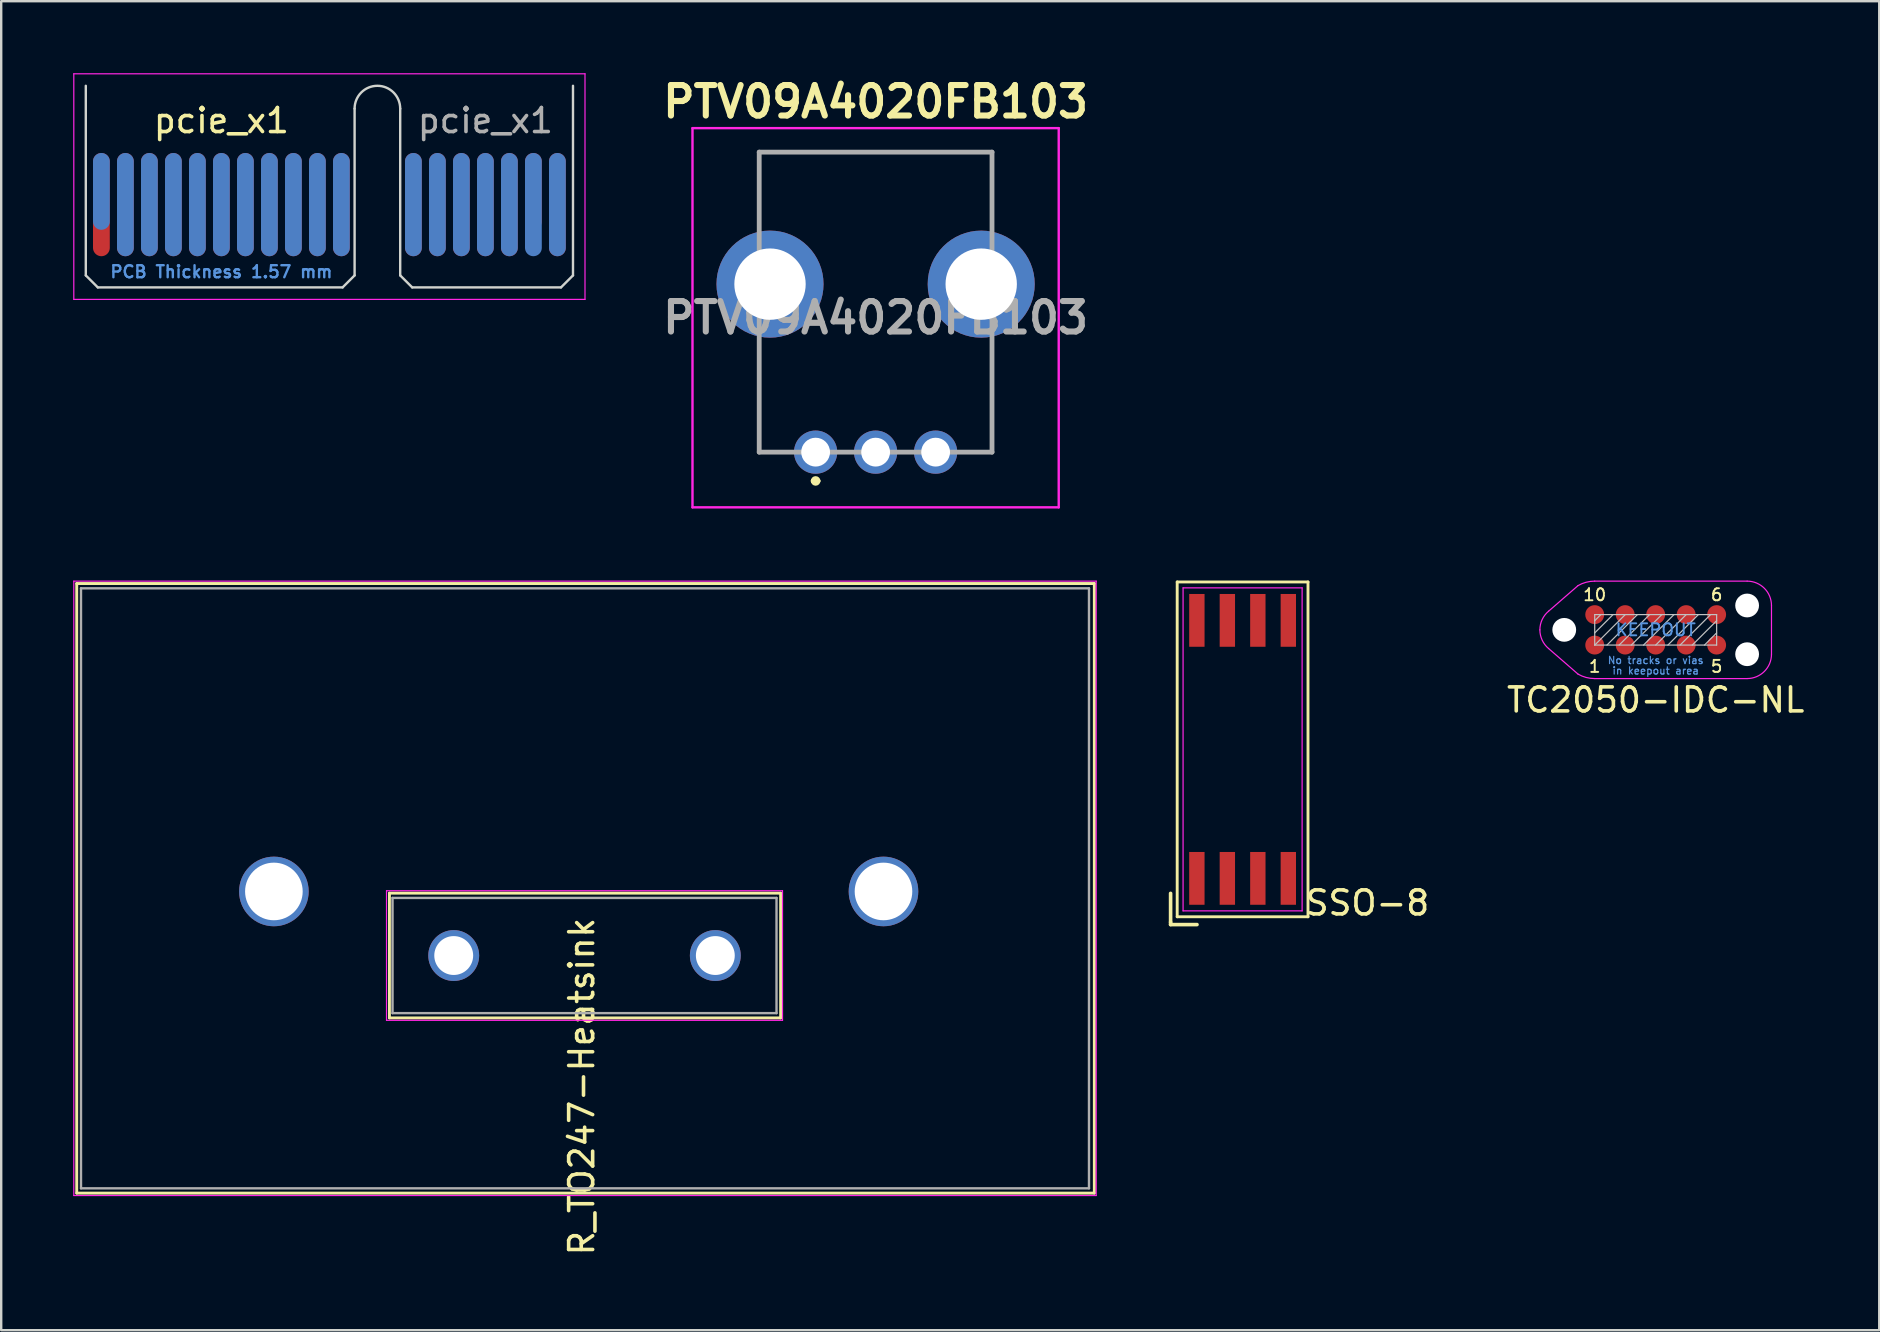
<source format=kicad_pcb>
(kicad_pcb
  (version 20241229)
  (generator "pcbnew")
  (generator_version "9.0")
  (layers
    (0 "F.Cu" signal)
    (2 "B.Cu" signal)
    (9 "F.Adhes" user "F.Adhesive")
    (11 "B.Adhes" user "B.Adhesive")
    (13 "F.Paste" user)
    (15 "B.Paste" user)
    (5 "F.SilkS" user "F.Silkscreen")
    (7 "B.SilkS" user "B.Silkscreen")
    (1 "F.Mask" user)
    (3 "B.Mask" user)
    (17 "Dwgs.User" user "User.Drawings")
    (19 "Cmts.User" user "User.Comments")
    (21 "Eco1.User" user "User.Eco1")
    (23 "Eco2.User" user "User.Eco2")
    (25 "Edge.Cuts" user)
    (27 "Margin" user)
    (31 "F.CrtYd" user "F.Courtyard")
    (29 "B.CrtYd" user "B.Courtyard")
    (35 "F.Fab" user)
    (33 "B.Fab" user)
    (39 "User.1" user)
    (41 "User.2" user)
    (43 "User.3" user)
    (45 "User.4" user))
  (footprint "SSO-8"
    (layer "F.Cu")
    (at 48.725 28.174)
    (property "Reference" "SSO-8" (at 5.2 6.4 180) (layer "F.SilkS") (effects (font (size 1 1) (thickness 0.15))))
    (attr smd)
    (fp_line (start -3 6) (end -3 7.2) (stroke (width 0.15) (type solid)) (layer "F.SilkS"))
    (fp_line (start -3 7.2) (end -3 7.3) (stroke (width 0.15) (type solid)) (layer "F.SilkS"))
    (fp_line (start -3 7.3) (end -1.9 7.3) (stroke (width 0.15) (type solid)) (layer "F.SilkS"))
    (fp_line (start -2.725 -6.975) (end 2.725 -6.975) (stroke (width 0.12) (type solid)) (layer "F.SilkS"))
    (fp_line (start -2.725 6.975) (end -2.725 -6.975) (stroke (width 0.12) (type solid)) (layer "F.SilkS"))
    (fp_line (start 2.725 -6.975) (end 2.725 6.975) (stroke (width 0.12) (type solid)) (layer "F.SilkS"))
    (fp_line (start 2.725 6.975) (end -2.725 6.975) (stroke (width 0.12) (type solid)) (layer "F.SilkS"))
    (fp_line (start -2.48 -6.73) (end 2.48 -6.73) (stroke (width 0.05) (type solid)) (layer "F.CrtYd"))
    (fp_line (start -2.48 6.73) (end -2.48 -6.73) (stroke (width 0.05) (type solid)) (layer "F.CrtYd"))
    (fp_line (start 2.48 -6.73) (end 2.48 6.73) (stroke (width 0.05) (type solid)) (layer "F.CrtYd"))
    (fp_line (start 2.48 6.73) (end -2.48 6.73) (stroke (width 0.05) (type solid)) (layer "F.CrtYd"))
    (pad "1" smd rect (at -1.905 5.375) (size 0.64 2.2) (layers "F.Cu" "F.Mask" "F.Paste"))
    (pad "2" smd rect (at -0.635 5.375) (size 0.64 2.2) (layers "F.Cu" "F.Mask" "F.Paste"))
    (pad "3" smd rect (at 0.635 5.375) (size 0.64 2.2) (layers "F.Cu" "F.Mask" "F.Paste"))
    (pad "4" smd rect (at 1.905 5.375) (size 0.64 2.2) (layers "F.Cu" "F.Mask" "F.Paste"))
    (pad "5" smd rect (at 1.905 -5.375) (size 0.64 2.2) (layers "F.Cu" "F.Mask" "F.Paste"))
    (pad "6" smd rect (at 0.635 -5.375) (size 0.64 2.2) (layers "F.Cu" "F.Mask" "F.Paste"))
    (pad "7" smd rect (at -0.635 -5.375) (size 0.64 2.2) (layers "F.Cu" "F.Mask" "F.Paste"))
    (pad "8" smd rect (at -1.905 -5.375) (size 0.64 2.2) (layers "F.Cu" "F.Mask" "F.Paste")))
  (footprint "R_TO247-Heatsink"
    (layer "F.Cu")
    (at 15.855 36.764)
    (property "Reference" "R_TO247-Heatsink" (at 5.334 5.461 270) (layer "F.SilkS") (effects (font (size 1 1) (thickness 0.15))))
    (attr through_hole)
    (fp_line (start -15.708 -15.5) (end -15.708 9.9) (stroke (width 0.12) (type solid)) (layer "F.SilkS"))
    (fp_line (start -2.678 2.6) (end -2.678 -2.6) (stroke (width 0.12) (type solid)) (layer "F.SilkS"))
    (fp_line (start 13.622 -2.6) (end -2.678 -2.6) (stroke (width 0.12) (type solid)) (layer "F.SilkS"))
    (fp_line (start 13.622 2.6) (end -2.678 2.6) (stroke (width 0.12) (type solid)) (layer "F.SilkS"))
    (fp_line (start 13.622 2.6) (end 13.622 -2.6) (stroke (width 0.12) (type solid)) (layer "F.SilkS"))
    (fp_line (start 26.692 -15.5) (end -15.708 -15.5) (stroke (width 0.12) (type solid)) (layer "F.SilkS"))
    (fp_line (start 26.692 -15.5) (end 26.692 9.9) (stroke (width 0.12) (type solid)) (layer "F.SilkS"))
    (fp_line (start 26.692 9.9) (end -15.708 9.9) (stroke (width 0.12) (type solid)) (layer "F.SilkS"))
    (fp_line (start -15.83 -15.6) (end -15.83 10) (stroke (width 0.05) (type solid)) (layer "F.CrtYd"))
    (fp_line (start -15.83 -15.6) (end 26.77 -15.6) (stroke (width 0.05) (type solid)) (layer "F.CrtYd"))
    (fp_line (start -15.83 10) (end 26.77 10) (stroke (width 0.05) (type solid)) (layer "F.CrtYd"))
    (fp_line (start -2.8 -2.7) (end -2.8 2.7) (stroke (width 0.05) (type solid)) (layer "F.CrtYd"))
    (fp_line (start -2.8 -2.7) (end 13.7 -2.7) (stroke (width 0.05) (type solid)) (layer "F.CrtYd"))
    (fp_line (start 13.7 2.7) (end -2.8 2.7) (stroke (width 0.05) (type solid)) (layer "F.CrtYd"))
    (fp_line (start 13.7 2.7) (end 13.7 -2.7) (stroke (width 0.05) (type solid)) (layer "F.CrtYd"))
    (fp_line (start 26.77 10) (end 26.77 -15.6) (stroke (width 0.05) (type solid)) (layer "F.CrtYd"))
    (fp_line (start -15.53 -15.3) (end 26.47 -15.3) (stroke (width 0.1) (type solid)) (layer "F.Fab"))
    (fp_line (start -15.53 9.7) (end -15.53 -15.3) (stroke (width 0.1) (type solid)) (layer "F.Fab"))
    (fp_line (start -15.53 9.7) (end 26.47 9.7) (stroke (width 0.1) (type solid)) (layer "F.Fab"))
    (fp_line (start -2.55 -2.4) (end 13.45 -2.4) (stroke (width 0.1) (type solid)) (layer "F.Fab"))
    (fp_line (start -2.55 2.4) (end -2.55 -2.4) (stroke (width 0.1) (type solid)) (layer "F.Fab"))
    (fp_line (start -2.55 2.4) (end 13.45 2.4) (stroke (width 0.1) (type solid)) (layer "F.Fab"))
    (fp_line (start 13.45 2.4) (end 13.45 -2.4) (stroke (width 0.1) (type solid)) (layer "F.Fab"))
    (fp_line (start 26.47 9.7) (end 26.47 -15.3) (stroke (width 0.1) (type solid)) (layer "F.Fab"))
    (pad "1" thru_hole circle (at 0 0) (size 2.12 2.12) (drill 1.62) (layers "*.Cu" "*.Mask"))
    (pad "2" thru_hole circle (at 10.9 0) (size 2.12 2.12) (drill 1.62) (layers "*.Cu" "*.Mask"))
    (pad "4" thru_hole circle (at -7.493 -2.67) (size 2.9 2.9) (drill 2.4) (layers "*.Cu" "*.Mask"))
    (pad "5" thru_hole circle (at 17.907 -2.67) (size 2.9 2.9) (drill 2.4) (layers "*.Cu" "*.Mask")))
  (footprint "pcie_x1"
    (layer "F.Cu")
    (at 1.175 5.475)
    (property "Reference" "pcie_x1" (at 5 -3.5 0) (layer "F.SilkS") (effects (font (size 1 1) (thickness 0.15))))
    (attr exclude_from_pos_files exclude_from_bom)
    (fp_line (start -0.65 -4.95) (end -0.65 2.95) (stroke (width 0.1) (type solid)) (layer "Edge.Cuts"))
    (fp_line (start -0.65 2.95) (end -0.15 3.45) (stroke (width 0.1) (type solid)) (layer "Edge.Cuts"))
    (fp_line (start -0.15 3.45) (end 10.05 3.45) (stroke (width 0.1) (type solid)) (layer "Edge.Cuts"))
    (fp_line (start 10.55 -4) (end 10.55 2.95) (stroke (width 0.1) (type solid)) (layer "Edge.Cuts"))
    (fp_line (start 10.55 2.95) (end 10.05 3.45) (stroke (width 0.1) (type solid)) (layer "Edge.Cuts"))
    (fp_line (start 12.45 -4) (end 12.45 2.95) (stroke (width 0.1) (type solid)) (layer "Edge.Cuts"))
    (fp_line (start 12.45 2.95) (end 12.95 3.45) (stroke (width 0.1) (type solid)) (layer "Edge.Cuts"))
    (fp_line (start 12.95 3.45) (end 19.15 3.45) (stroke (width 0.1) (type solid)) (layer "Edge.Cuts"))
    (fp_line (start 19.65 -4.95) (end 19.65 2.95) (stroke (width 0.1) (type solid)) (layer "Edge.Cuts"))
    (fp_line (start 19.65 2.95) (end 19.15 3.45) (stroke (width 0.1) (type solid)) (layer "Edge.Cuts"))
    (fp_arc (start 10.55 -4) (mid 11.5 -4.95) (end 12.45 -4) (stroke (width 0.1) (type solid)) (layer "Edge.Cuts"))
    (fp_line (start -1.15 -5.45) (end -1.15 3.95) (stroke (width 0.05) (type solid)) (layer "F.CrtYd"))
    (fp_line (start -1.15 -5.45) (end 20.15 -5.45) (stroke (width 0.05) (type solid)) (layer "F.CrtYd"))
    (fp_line (start 20.15 3.95) (end -1.15 3.95) (stroke (width 0.05) (type solid)) (layer "F.CrtYd"))
    (fp_line (start 20.15 3.95) (end 20.15 -5.45) (stroke (width 0.05) (type solid)) (layer "F.CrtYd"))
    (fp_text user "PCB Thickness 1.57 mm" (at 5 2.8 180) (layer "Cmts.User") (effects (font (size 0.5 0.5) (thickness 0.1))))
    (fp_text user "${REFERENCE}" (at 16 -3.5 0) (layer "F.Fab") (effects (font (size 1 1) (thickness 0.15))))
    (pad "A1" connect oval (at 0 -0.55) (size 0.7 3.2) (layers "B.Cu" "B.Mask"))
    (pad "A2" connect oval (at 1 0) (size 0.7 4.3) (layers "B.Cu" "B.Mask"))
    (pad "A3" connect oval (at 2 0) (size 0.7 4.3) (layers "B.Cu" "B.Mask"))
    (pad "A4" connect oval (at 3 0) (size 0.7 4.3) (layers "B.Cu" "B.Mask"))
    (pad "A5" connect oval (at 4 0) (size 0.7 4.3) (layers "B.Cu" "B.Mask"))
    (pad "A6" connect oval (at 5 0) (size 0.7 4.3) (layers "B.Cu" "B.Mask"))
    (pad "A7" connect oval (at 6 0) (size 0.7 4.3) (layers "B.Cu" "B.Mask"))
    (pad "A8" connect oval (at 7 0) (size 0.7 4.3) (layers "B.Cu" "B.Mask"))
    (pad "A9" connect oval (at 8 0) (size 0.7 4.3) (layers "B.Cu" "B.Mask"))
    (pad "A10" connect oval (at 9 0) (size 0.7 4.3) (layers "B.Cu" "B.Mask"))
    (pad "A11" connect oval (at 10 0) (size 0.7 4.3) (layers "B.Cu" "B.Mask"))
    (pad "A12" connect oval (at 13 0) (size 0.7 4.3) (layers "B.Cu" "B.Mask"))
    (pad "A13" connect oval (at 14 0) (size 0.7 4.3) (layers "B.Cu" "B.Mask"))
    (pad "A14" connect oval (at 15 0) (size 0.7 4.3) (layers "B.Cu" "B.Mask"))
    (pad "A15" connect oval (at 16 0) (size 0.7 4.3) (layers "B.Cu" "B.Mask"))
    (pad "A16" connect oval (at 17 0) (size 0.7 4.3) (layers "B.Cu" "B.Mask"))
    (pad "A17" connect oval (at 18 0) (size 0.7 4.3) (layers "B.Cu" "B.Mask"))
    (pad "A18" connect oval (at 19 0) (size 0.7 4.3) (layers "B.Cu" "B.Mask"))
    (pad "B1" connect oval (at 0 0) (size 0.7 4.3) (layers "F.Cu" "F.Mask"))
    (pad "B2" connect oval (at 1 0) (size 0.7 4.3) (layers "F.Cu" "F.Mask"))
    (pad "B3" connect oval (at 2 0) (size 0.7 4.3) (layers "F.Cu" "F.Mask"))
    (pad "B4" connect oval (at 3 0) (size 0.7 4.3) (layers "F.Cu" "F.Mask"))
    (pad "B5" connect oval (at 4 0) (size 0.7 4.3) (layers "F.Cu" "F.Mask"))
    (pad "B6" connect oval (at 5 0) (size 0.7 4.3) (layers "F.Cu" "F.Mask"))
    (pad "B7" connect oval (at 6 0) (size 0.7 4.3) (layers "F.Cu" "F.Mask"))
    (pad "B8" connect oval (at 7 0) (size 0.7 4.3) (layers "F.Cu" "F.Mask"))
    (pad "B9" connect oval (at 8 0) (size 0.7 4.3) (layers "F.Cu" "F.Mask"))
    (pad "B10" connect oval (at 9 0) (size 0.7 4.3) (layers "F.Cu" "F.Mask"))
    (pad "B11" connect oval (at 10 0) (size 0.7 4.3) (layers "F.Cu" "F.Mask"))
    (pad "B12" connect oval (at 13 0) (size 0.7 4.3) (layers "F.Cu" "F.Mask"))
    (pad "B13" connect oval (at 14 0) (size 0.7 4.3) (layers "F.Cu" "F.Mask"))
    (pad "B14" connect oval (at 15 0) (size 0.7 4.3) (layers "F.Cu" "F.Mask"))
    (pad "B15" connect oval (at 16 0) (size 0.7 4.3) (layers "F.Cu" "F.Mask"))
    (pad "B16" connect oval (at 17 0) (size 0.7 4.3) (layers "F.Cu" "F.Mask"))
    (pad "B17" connect oval (at 18 -0.55) (size 0.7 3.2) (layers "F.Cu" "F.Mask"))
    (pad "B18" connect oval (at 19 0) (size 0.7 4.3) (layers "F.Cu" "F.Mask")))
  (footprint "PTV09A4020FB103"
    (layer "F.Cu")
    (at 33.434 10.189)
    (property "Reference" "PTV09A4020FB103" (at 0 -9 0) (layer "F.SilkS") (effects (font (size 1.27 1.27) (thickness 0.254))))
    (attr through_hole)
    (fp_line (start -4.85 -6.9) (end 4.85 -6.9) (stroke (width 0.1) (type solid)) (layer "F.SilkS"))
    (fp_line (start -4.85 -3.9) (end -4.85 -6.9) (stroke (width 0.1) (type solid)) (layer "F.SilkS"))
    (fp_line (start -4.85 1.1) (end -4.85 5.6) (stroke (width 0.1) (type solid)) (layer "F.SilkS"))
    (fp_line (start -4.85 5.6) (end -4 5.6) (stroke (width 0.1) (type solid)) (layer "F.SilkS"))
    (fp_line (start -2.6 6.8) (end -2.6 6.8) (stroke (width 0.2) (type solid)) (layer "F.SilkS"))
    (fp_line (start -2.4 6.8) (end -2.4 6.8) (stroke (width 0.2) (type solid)) (layer "F.SilkS"))
    (fp_line (start 4 5.6) (end 4.85 5.6) (stroke (width 0.1) (type solid)) (layer "F.SilkS"))
    (fp_line (start 4.85 -6.9) (end 4.85 -3.9) (stroke (width 0.1) (type solid)) (layer "F.SilkS"))
    (fp_line (start 4.85 5.6) (end 4.85 1.1) (stroke (width 0.1) (type solid)) (layer "F.SilkS"))
    (fp_arc (start -2.6 6.8) (mid -2.5 6.7) (end -2.4 6.8) (stroke (width 0.2) (type solid)) (layer "F.SilkS"))
    (fp_arc (start -2.4 6.8) (mid -2.5 6.9) (end -2.6 6.8) (stroke (width 0.2) (type solid)) (layer "F.SilkS"))
    (fp_line (start -7.63 -7.9) (end 7.63 -7.9) (stroke (width 0.1) (type solid)) (layer "F.CrtYd"))
    (fp_line (start -7.63 7.9) (end -7.63 -7.9) (stroke (width 0.1) (type solid)) (layer "F.CrtYd"))
    (fp_line (start 7.63 -7.9) (end 7.63 7.9) (stroke (width 0.1) (type solid)) (layer "F.CrtYd"))
    (fp_line (start 7.63 7.9) (end -7.63 7.9) (stroke (width 0.1) (type solid)) (layer "F.CrtYd"))
    (fp_line (start -4.85 -6.9) (end 4.85 -6.9) (stroke (width 0.2) (type solid)) (layer "F.Fab"))
    (fp_line (start -4.85 5.6) (end -4.85 -6.9) (stroke (width 0.2) (type solid)) (layer "F.Fab"))
    (fp_line (start 4.85 -6.9) (end 4.85 5.6) (stroke (width 0.2) (type solid)) (layer "F.Fab"))
    (fp_line (start 4.85 5.6) (end -4.85 5.6) (stroke (width 0.2) (type solid)) (layer "F.Fab"))
    (fp_text user "${REFERENCE}" (at 0 0 0) (layer "F.Fab") (effects (font (size 1.27 1.27) (thickness 0.254))))
    (pad "1" thru_hole circle (at -2.5 5.6) (size 1.8 1.8) (drill 1.2) (layers "*.Cu" "*.Mask"))
    (pad "2" thru_hole circle (at 0 5.6) (size 1.8 1.8) (drill 1.2) (layers "*.Cu" "*.Mask"))
    (pad "3" thru_hole circle (at 2.5 5.6) (size 1.8 1.8) (drill 1.2) (layers "*.Cu" "*.Mask"))
    (pad "4" thru_hole circle (at -4.4 -1.4) (size 4.46 4.46) (drill 2.973) (layers "*.Cu" "*.Mask"))
    (pad "5" thru_hole circle (at 4.4 -1.4) (size 4.46 4.46) (drill 2.973) (layers "*.Cu" "*.Mask")))
  (footprint "TC2050-IDC-NL"
    (layer "F.Cu")
    (at 65.937 23.194)
    (property "Reference" "TC2050-IDC-NL" (at 0 2.921 0) (layer "F.SilkS") (effects (font (size 1 1) (thickness 0.15))))
    (attr exclude_from_pos_files exclude_from_bom)
    (fp_line (start -2.54 -0.381) (end -2.286 -0.635) (stroke (width 0.05) (type solid)) (layer "Dwgs.User"))
    (fp_line (start -2.54 0.127) (end -1.778 -0.635) (stroke (width 0.05) (type solid)) (layer "Dwgs.User"))
    (fp_line (start -2.54 0.635) (end -2.54 -0.635) (stroke (width 0.05) (type solid)) (layer "Dwgs.User"))
    (fp_line (start -2.54 0.635) (end -1.27 -0.635) (stroke (width 0.05) (type solid)) (layer "Dwgs.User"))
    (fp_line (start -2.032 0.635) (end -0.762 -0.635) (stroke (width 0.05) (type solid)) (layer "Dwgs.User"))
    (fp_line (start -1.524 0.635) (end -0.254 -0.635) (stroke (width 0.05) (type solid)) (layer "Dwgs.User"))
    (fp_line (start -1.016 0.635) (end 0.254 -0.635) (stroke (width 0.05) (type solid)) (layer "Dwgs.User"))
    (fp_line (start -0.508 0.635) (end 0.762 -0.635) (stroke (width 0.05) (type solid)) (layer "Dwgs.User"))
    (fp_line (start 0 0.635) (end 1.27 -0.635) (stroke (width 0.05) (type solid)) (layer "Dwgs.User"))
    (fp_line (start 0.508 0.635) (end 1.778 -0.635) (stroke (width 0.05) (type solid)) (layer "Dwgs.User"))
    (fp_line (start 1.016 0.635) (end 2.286 -0.635) (stroke (width 0.05) (type solid)) (layer "Dwgs.User"))
    (fp_line (start 1.524 0.635) (end 2.54 -0.381) (stroke (width 0.05) (type solid)) (layer "Dwgs.User"))
    (fp_line (start 2.032 0.635) (end 2.54 0.127) (stroke (width 0.05) (type solid)) (layer "Dwgs.User"))
    (fp_line (start 2.54 -0.635) (end -2.54 -0.635) (stroke (width 0.05) (type solid)) (layer "Dwgs.User"))
    (fp_line (start 2.54 -0.635) (end 2.54 0.635) (stroke (width 0.05) (type solid)) (layer "Dwgs.User"))
    (fp_line (start 2.54 0.635) (end -2.54 0.635) (stroke (width 0.05) (type solid)) (layer "Dwgs.User"))
    (fp_line (start -4.462 0.778) (end -3.237 1.843) (stroke (width 0.05) (type solid)) (layer "F.CrtYd"))
    (fp_line (start -3.237 -1.843) (end -4.462 -0.778) (stroke (width 0.05) (type solid)) (layer "F.CrtYd"))
    (fp_line (start 3.81 -2.03) (end -2.54 -2.03) (stroke (width 0.05) (type solid)) (layer "F.CrtYd"))
    (fp_line (start 3.81 2.03) (end -2.54 2.03) (stroke (width 0.05) (type solid)) (layer "F.CrtYd"))
    (fp_line (start 4.825 -1.015) (end 4.825 1.015) (stroke (width 0.05) (type solid)) (layer "F.CrtYd"))
    (fp_arc (start -4.825 0) (mid -4.729902 -0.428958) (end -4.462429 -0.777535) (stroke (width 0.05) (type solid)) (layer "F.CrtYd"))
    (fp_arc (start -4.462429 0.777535) (mid -4.729902 0.428958) (end -4.825 0) (stroke (width 0.05) (type solid)) (layer "F.CrtYd"))
    (fp_arc (start -3.2375 -1.843105) (mid -2.901053 -1.982466) (end -2.54 -2.03) (stroke (width 0.05) (type solid)) (layer "F.CrtYd"))
    (fp_arc (start -2.54 2.03) (mid -2.901053 1.982466) (end -3.2375 1.843105) (stroke (width 0.05) (type solid)) (layer "F.CrtYd"))
    (fp_arc (start 3.81 -2.03) (mid 4.527713 -1.732713) (end 4.825 -1.015) (stroke (width 0.05) (type solid)) (layer "F.CrtYd"))
    (fp_arc (start 4.825 1.015) (mid 4.527713 1.732713) (end 3.81 2.03) (stroke (width 0.05) (type solid)) (layer "F.CrtYd"))
    (fp_text user "6" (at 2.54 -1.46 0) (layer "F.SilkS") (effects (font (size 0.5 0.5) (thickness 0.08))))
    (fp_text user "10" (at -2.54 -1.46 0) (layer "F.SilkS") (effects (font (size 0.5 0.5) (thickness 0.08))))
    (fp_text user "1" (at -2.54 1.524 0) (layer "F.SilkS") (effects (font (size 0.5 0.5) (thickness 0.08))))
    (fp_text user "5" (at 2.54 1.524 0) (layer "F.SilkS") (effects (font (size 0.5 0.5) (thickness 0.08))))
    (fp_text user "in keepout area" (at 0 1.705 0) (layer "Cmts.User") (effects (font (size 0.3 0.3) (thickness 0.05))))
    (fp_text user "No tracks or vias" (at 0 1.27 0) (layer "Cmts.User") (effects (font (size 0.3 0.3) (thickness 0.05))))
    (fp_text user "KEEPOUT" (at 0 0 0) (layer "Cmts.User") (effects (font (size 0.5 0.5) (thickness 0.08))))
    (pad "" np_thru_hole circle (at -3.81 0) (size 0.991 0.991) (drill 0.991) (layers "*.Cu" "*.Mask"))
    (pad "" np_thru_hole circle (at 3.81 -1.015) (size 0.991 0.991) (drill 0.991) (layers "*.Cu" "*.Mask"))
    (pad "" np_thru_hole circle (at 3.81 1.015) (size 0.991 0.991) (drill 0.991) (layers "*.Cu" "*.Mask"))
    (pad "1" smd circle (at -2.54 0.635) (size 0.787 0.787) (layers "F.Cu" "F.Mask"))
    (pad "2" smd circle (at -1.27 0.635) (size 0.787 0.787) (layers "F.Cu" "F.Mask"))
    (pad "3" smd circle (at 0 0.635) (size 0.787 0.787) (layers "F.Cu" "F.Mask"))
    (pad "4" smd circle (at 1.27 0.635) (size 0.787 0.787) (layers "F.Cu" "F.Mask"))
    (pad "5" smd circle (at 2.54 0.635) (size 0.787 0.787) (layers "F.Cu" "F.Mask"))
    (pad "6" smd circle (at 2.54 -0.635) (size 0.787 0.787) (layers "F.Cu" "F.Mask"))
    (pad "7" smd circle (at 1.27 -0.635) (size 0.787 0.787) (layers "F.Cu" "F.Mask"))
    (pad "8" smd circle (at 0 -0.635) (size 0.787 0.787) (layers "F.Cu" "F.Mask"))
    (pad "9" smd circle (at -1.27 -0.635) (size 0.787 0.787) (layers "F.Cu" "F.Mask"))
    (pad "10" smd circle (at -2.54 -0.635) (size 0.787 0.787) (layers "F.Cu" "F.Mask")))
  (gr_rect
    (start -3 -3)
    (end 75.252 52.374)
    (stroke (width 0.1) (type default))
    (fill no)
    (layer "Edge.Cuts")))
</source>
